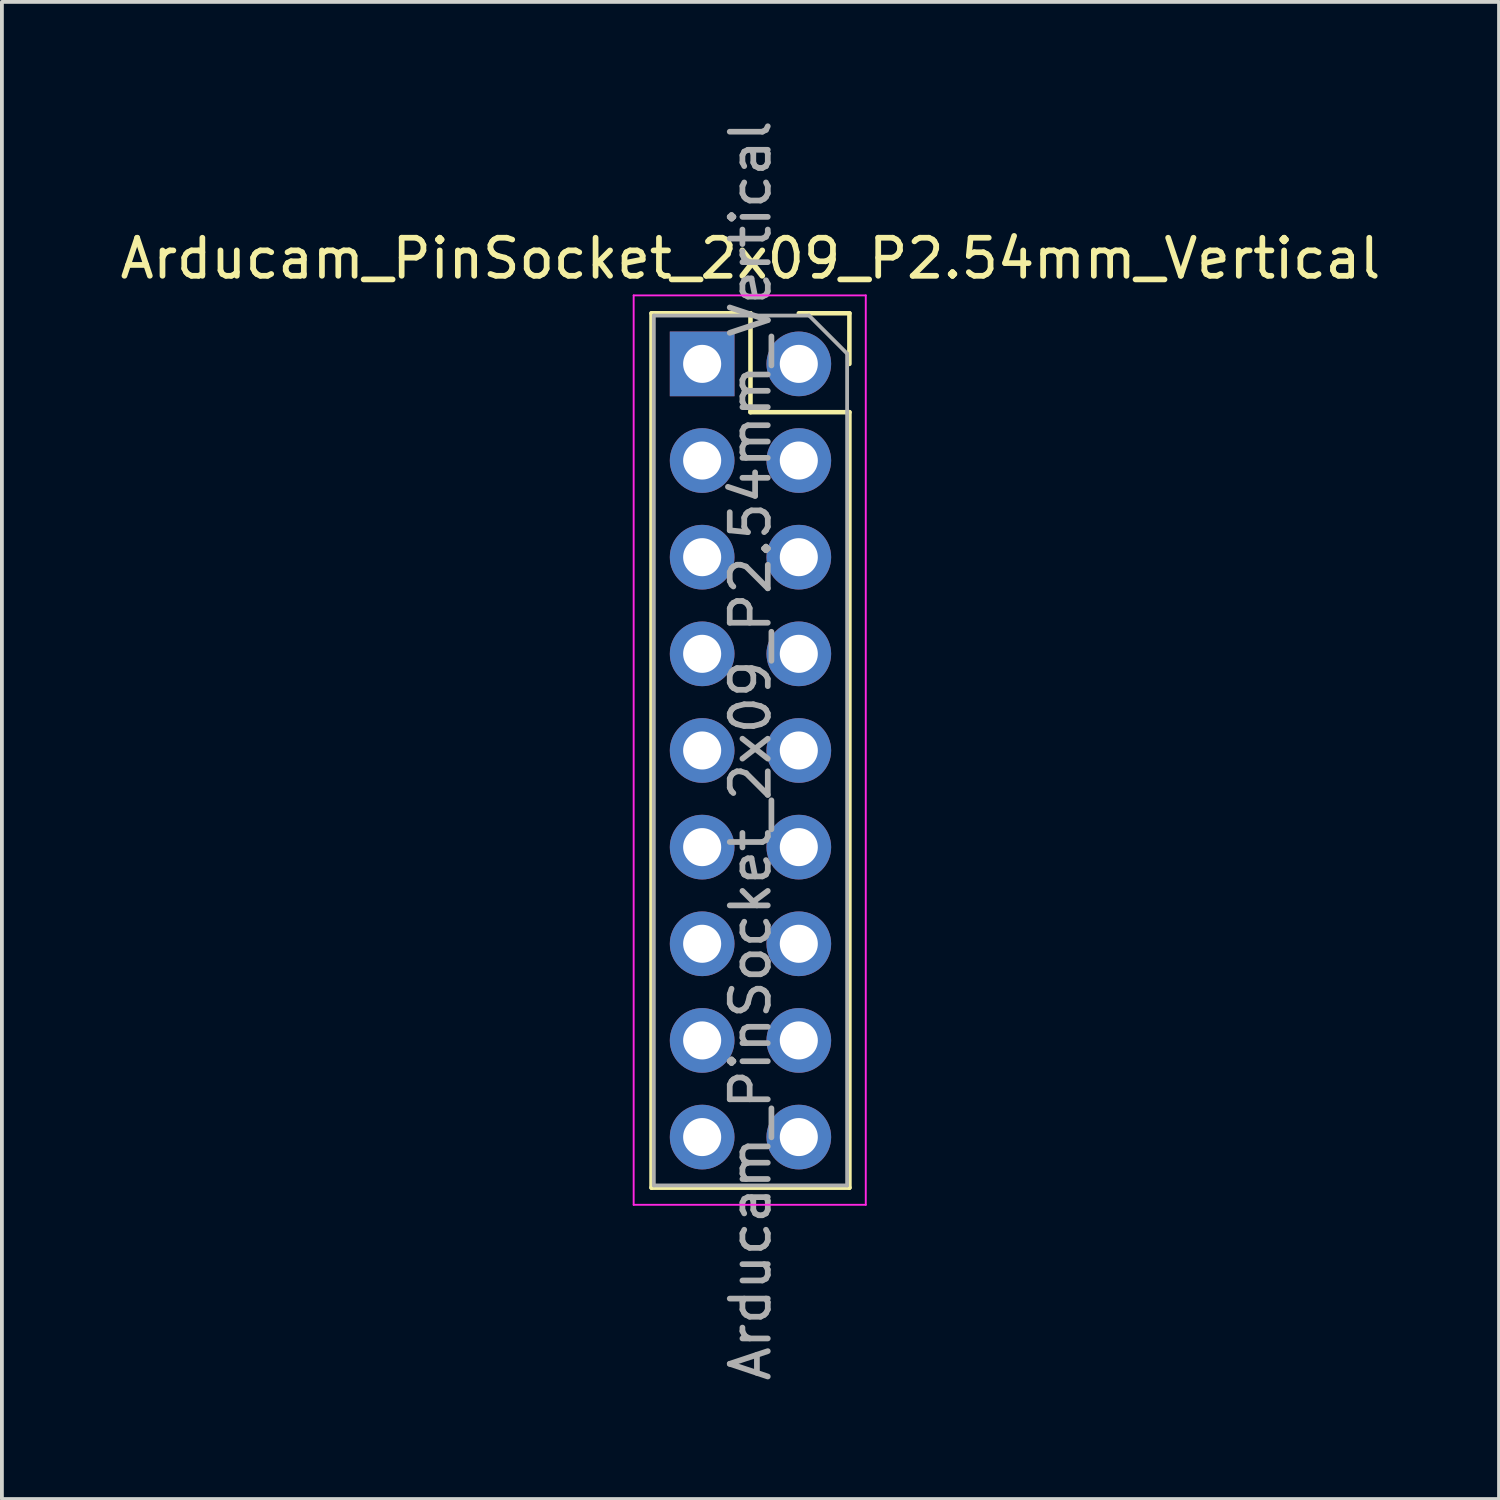
<source format=kicad_pcb>
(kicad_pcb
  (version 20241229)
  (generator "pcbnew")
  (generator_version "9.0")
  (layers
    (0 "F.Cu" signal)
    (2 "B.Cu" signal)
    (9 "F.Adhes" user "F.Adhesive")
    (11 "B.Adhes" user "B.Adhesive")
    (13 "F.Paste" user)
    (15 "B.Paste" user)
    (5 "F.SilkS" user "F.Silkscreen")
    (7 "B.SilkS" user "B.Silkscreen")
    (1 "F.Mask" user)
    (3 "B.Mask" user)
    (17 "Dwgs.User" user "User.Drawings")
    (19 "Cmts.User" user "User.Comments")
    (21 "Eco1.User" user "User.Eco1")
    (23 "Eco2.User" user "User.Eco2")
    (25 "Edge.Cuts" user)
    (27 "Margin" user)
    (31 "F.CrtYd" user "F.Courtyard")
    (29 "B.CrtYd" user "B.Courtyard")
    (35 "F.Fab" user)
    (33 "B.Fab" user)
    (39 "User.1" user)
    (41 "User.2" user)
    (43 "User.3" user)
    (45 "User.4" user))
  (footprint "Arducam_PinSocket_2x09_P2.54mm_Vertical"
    (layer "F.Cu")
    (at 17.943 6.513)
    (property "Reference" "Arducam_PinSocket_2x09_P2.54mm_Vertical" (at -1.27 -2.77 0) (layer "F.SilkS") (effects (font (size 1 1) (thickness 0.15))))
    (attr through_hole)
    (fp_line (start -3.87 -1.33) (end -3.87 21.65) (stroke (width 0.12) (type solid)) (layer "F.SilkS"))
    (fp_line (start -3.87 -1.33) (end -1.27 -1.33) (stroke (width 0.12) (type solid)) (layer "F.SilkS"))
    (fp_line (start -3.87 21.65) (end 1.33 21.65) (stroke (width 0.12) (type solid)) (layer "F.SilkS"))
    (fp_line (start -1.27 -1.33) (end -1.27 1.27) (stroke (width 0.12) (type solid)) (layer "F.SilkS"))
    (fp_line (start -1.27 1.27) (end 1.33 1.27) (stroke (width 0.12) (type solid)) (layer "F.SilkS"))
    (fp_line (start 0 -1.33) (end 1.33 -1.33) (stroke (width 0.12) (type solid)) (layer "F.SilkS"))
    (fp_line (start 1.33 -1.33) (end 1.33 0) (stroke (width 0.12) (type solid)) (layer "F.SilkS"))
    (fp_line (start 1.33 1.27) (end 1.33 21.65) (stroke (width 0.12) (type solid)) (layer "F.SilkS"))
    (fp_line (start -4.34 -1.8) (end 1.76 -1.8) (stroke (width 0.05) (type solid)) (layer "F.CrtYd"))
    (fp_line (start -4.34 22.1) (end -4.34 -1.8) (stroke (width 0.05) (type solid)) (layer "F.CrtYd"))
    (fp_line (start 1.76 -1.8) (end 1.76 22.1) (stroke (width 0.05) (type solid)) (layer "F.CrtYd"))
    (fp_line (start 1.76 22.1) (end -4.34 22.1) (stroke (width 0.05) (type solid)) (layer "F.CrtYd"))
    (fp_line (start -3.81 -1.27) (end 0.27 -1.27) (stroke (width 0.1) (type solid)) (layer "F.Fab"))
    (fp_line (start -3.81 21.59) (end -3.81 -1.27) (stroke (width 0.1) (type solid)) (layer "F.Fab"))
    (fp_line (start 0.27 -1.27) (end 1.27 -0.27) (stroke (width 0.1) (type solid)) (layer "F.Fab"))
    (fp_line (start 1.27 -0.27) (end 1.27 21.59) (stroke (width 0.1) (type solid)) (layer "F.Fab"))
    (fp_line (start 1.27 21.59) (end -3.81 21.59) (stroke (width 0.1) (type solid)) (layer "F.Fab"))
    (fp_text user "${REFERENCE}" (at -1.27 10.16 90) (layer "F.Fab") (effects (font (size 1 1) (thickness 0.15))))
    (pad "1" thru_hole rect (at -2.54 0) (size 1.7 1.7) (drill 1) (layers "*.Cu" "*.Mask"))
    (pad "2" thru_hole oval (at -2.54 2.54) (size 1.7 1.7) (drill 1) (layers "*.Cu" "*.Mask"))
    (pad "3" thru_hole oval (at -2.54 5.08) (size 1.7 1.7) (drill 1) (layers "*.Cu" "*.Mask"))
    (pad "4" thru_hole oval (at -2.54 7.62) (size 1.7 1.7) (drill 1) (layers "*.Cu" "*.Mask"))
    (pad "5" thru_hole oval (at -2.54 10.16) (size 1.7 1.7) (drill 1) (layers "*.Cu" "*.Mask"))
    (pad "6" thru_hole oval (at -2.54 12.7) (size 1.7 1.7) (drill 1) (layers "*.Cu" "*.Mask"))
    (pad "7" thru_hole oval (at -2.54 15.24) (size 1.7 1.7) (drill 1) (layers "*.Cu" "*.Mask"))
    (pad "8" thru_hole oval (at -2.54 17.78) (size 1.7 1.7) (drill 1) (layers "*.Cu" "*.Mask"))
    (pad "9" thru_hole oval (at -2.54 20.32) (size 1.7 1.7) (drill 1) (layers "*.Cu" "*.Mask"))
    (pad "10" thru_hole oval (at 0 20.32) (size 1.7 1.7) (drill 1) (layers "*.Cu" "*.Mask"))
    (pad "11" thru_hole oval (at 0 17.78) (size 1.7 1.7) (drill 1) (layers "*.Cu" "*.Mask"))
    (pad "12" thru_hole oval (at 0 15.24) (size 1.7 1.7) (drill 1) (layers "*.Cu" "*.Mask"))
    (pad "13" thru_hole oval (at 0 12.7) (size 1.7 1.7) (drill 1) (layers "*.Cu" "*.Mask"))
    (pad "14" thru_hole oval (at 0 10.16) (size 1.7 1.7) (drill 1) (layers "*.Cu" "*.Mask"))
    (pad "15" thru_hole oval (at 0 7.62) (size 1.7 1.7) (drill 1) (layers "*.Cu" "*.Mask"))
    (pad "16" thru_hole oval (at 0 5.08) (size 1.7 1.7) (drill 1) (layers "*.Cu" "*.Mask"))
    (pad "17" thru_hole oval (at 0 2.54) (size 1.7 1.7) (drill 1) (layers "*.Cu" "*.Mask"))
    (pad "18" thru_hole oval (at 0 0) (size 1.7 1.7) (drill 1) (layers "*.Cu" "*.Mask")))
  (gr_rect
    (start -3 -3)
    (end 36.345 36.345)
    (stroke (width 0.1) (type default))
    (fill no)
    (layer "Edge.Cuts")))
</source>
